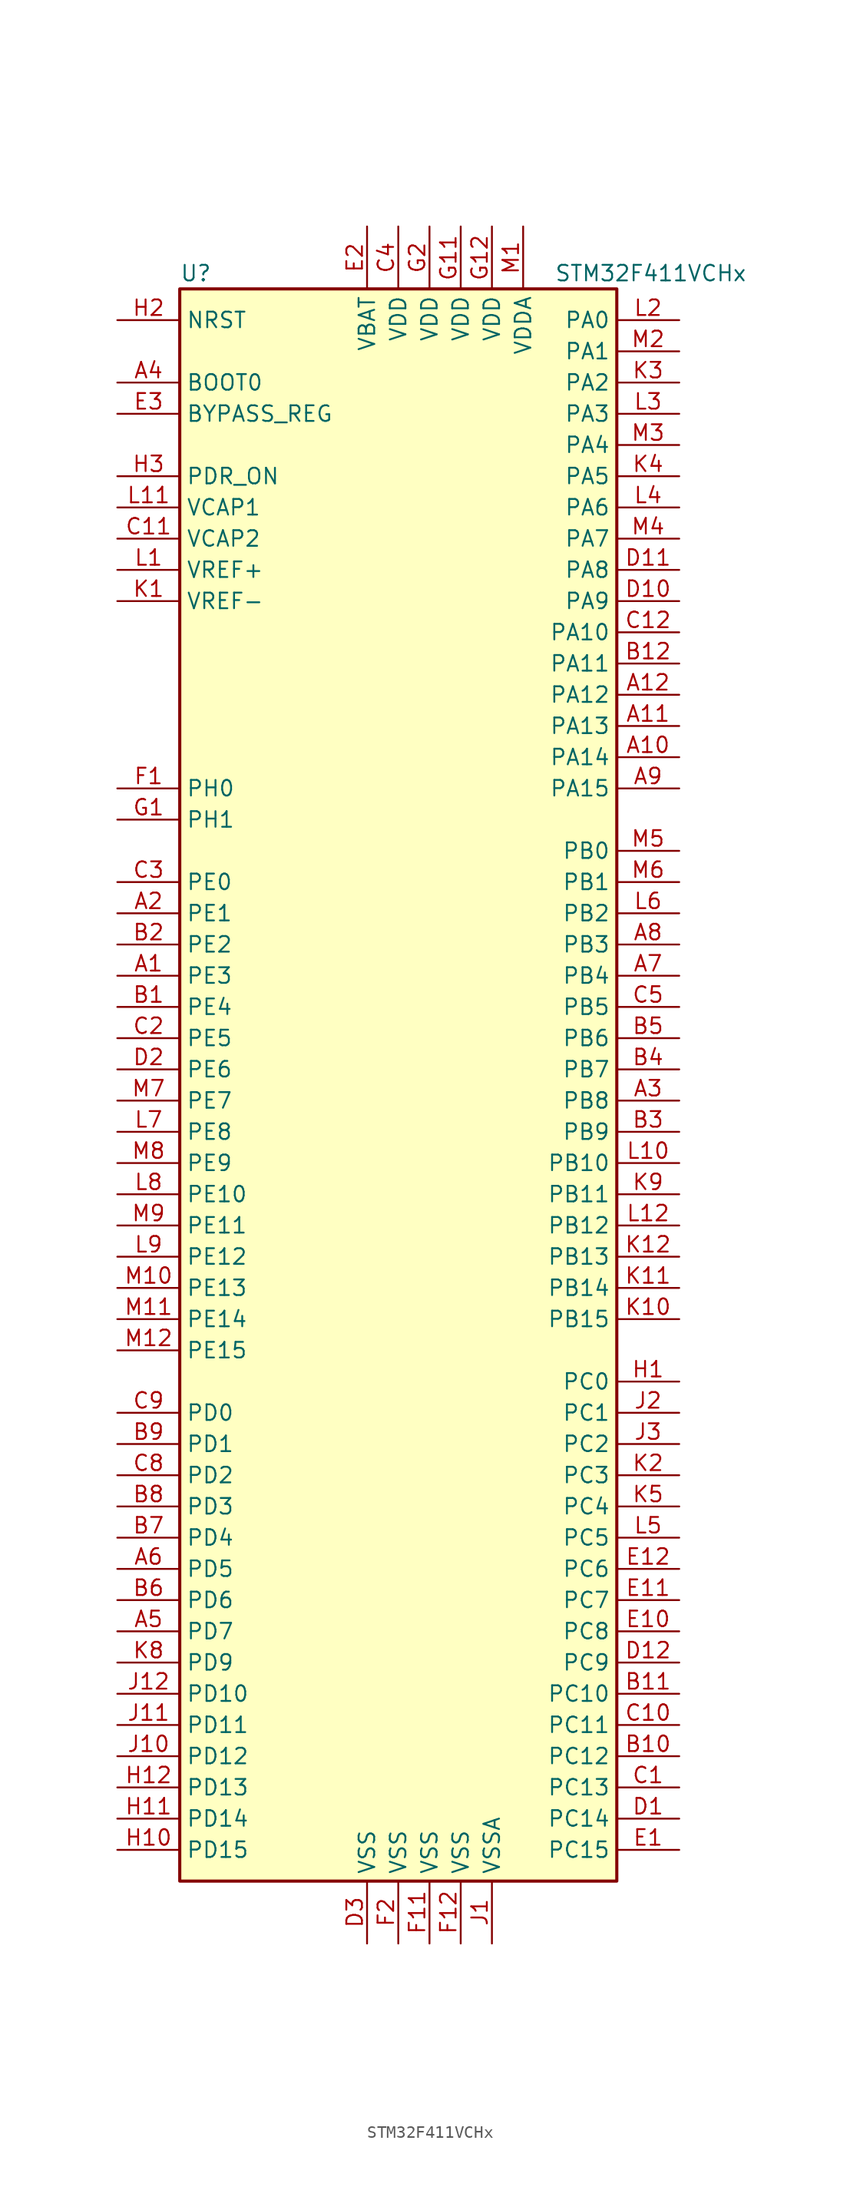
<source format=kicad_sym>
(kicad_symbol_lib
  (version 20201005)
  (generator kicad_symbol_editor)
  (symbol "STM32F411VCHx"
    (property "Reference" "U"
      (at -17.78 64.77 0)
      (effects (font (size 1.27 1.27)) (justify left)))
    (property "Value" "STM32F411VCHx"
      (at 12.7 64.77 0)
      (effects (font (size 1.27 1.27)) (justify left)))
    (symbol "STM32F411VCHx_0_1"
      (rectangle (start -17.78 -66.04) (end 17.78 63.5) (stroke (width 0.254)) (fill (type background))))
    (symbol "STM32F411VCHx_1_1"
      (pin input line (at -22.86 55.88 0) (length 5.08) (name "BOOT0" (effects (font (size 1.27 1.27)))) (number "A4" (effects (font (size 1.27 1.27)))))
      (pin input line (at -22.86 53.34 0) (length 5.08) (name "BYPASS_REG" (effects (font (size 1.27 1.27)))) (number "E3" (effects (font (size 1.27 1.27)))))
      (pin input line (at -22.86 60.96 0) (length 5.08) (name "NRST" (effects (font (size 1.27 1.27)))) (number "H2" (effects (font (size 1.27 1.27)))))
      (pin bidirectional line (at 22.86 60.96 180) (length 5.08) (name "PA0" (effects (font (size 1.27 1.27)))) (number "L2" (effects (font (size 1.27 1.27)))))
      (pin bidirectional line (at 22.86 58.42 180) (length 5.08) (name "PA1" (effects (font (size 1.27 1.27)))) (number "M2" (effects (font (size 1.27 1.27)))))
      (pin bidirectional line (at 22.86 35.56 180) (length 5.08) (name "PA10" (effects (font (size 1.27 1.27)))) (number "C12" (effects (font (size 1.27 1.27)))))
      (pin bidirectional line (at 22.86 33.02 180) (length 5.08) (name "PA11" (effects (font (size 1.27 1.27)))) (number "B12" (effects (font (size 1.27 1.27)))))
      (pin bidirectional line (at 22.86 30.48 180) (length 5.08) (name "PA12" (effects (font (size 1.27 1.27)))) (number "A12" (effects (font (size 1.27 1.27)))))
      (pin bidirectional line (at 22.86 27.94 180) (length 5.08) (name "PA13" (effects (font (size 1.27 1.27)))) (number "A11" (effects (font (size 1.27 1.27)))))
      (pin bidirectional line (at 22.86 25.4 180) (length 5.08) (name "PA14" (effects (font (size 1.27 1.27)))) (number "A10" (effects (font (size 1.27 1.27)))))
      (pin bidirectional line (at 22.86 22.86 180) (length 5.08) (name "PA15" (effects (font (size 1.27 1.27)))) (number "A9" (effects (font (size 1.27 1.27)))))
      (pin bidirectional line (at 22.86 55.88 180) (length 5.08) (name "PA2" (effects (font (size 1.27 1.27)))) (number "K3" (effects (font (size 1.27 1.27)))))
      (pin bidirectional line (at 22.86 53.34 180) (length 5.08) (name "PA3" (effects (font (size 1.27 1.27)))) (number "L3" (effects (font (size 1.27 1.27)))))
      (pin bidirectional line (at 22.86 50.8 180) (length 5.08) (name "PA4" (effects (font (size 1.27 1.27)))) (number "M3" (effects (font (size 1.27 1.27)))))
      (pin bidirectional line (at 22.86 48.26 180) (length 5.08) (name "PA5" (effects (font (size 1.27 1.27)))) (number "K4" (effects (font (size 1.27 1.27)))))
      (pin bidirectional line (at 22.86 45.72 180) (length 5.08) (name "PA6" (effects (font (size 1.27 1.27)))) (number "L4" (effects (font (size 1.27 1.27)))))
      (pin bidirectional line (at 22.86 43.18 180) (length 5.08) (name "PA7" (effects (font (size 1.27 1.27)))) (number "M4" (effects (font (size 1.27 1.27)))))
      (pin bidirectional line (at 22.86 40.64 180) (length 5.08) (name "PA8" (effects (font (size 1.27 1.27)))) (number "D11" (effects (font (size 1.27 1.27)))))
      (pin bidirectional line (at 22.86 38.1 180) (length 5.08) (name "PA9" (effects (font (size 1.27 1.27)))) (number "D10" (effects (font (size 1.27 1.27)))))
      (pin bidirectional line (at 22.86 17.78 180) (length 5.08) (name "PB0" (effects (font (size 1.27 1.27)))) (number "M5" (effects (font (size 1.27 1.27)))))
      (pin bidirectional line (at 22.86 15.24 180) (length 5.08) (name "PB1" (effects (font (size 1.27 1.27)))) (number "M6" (effects (font (size 1.27 1.27)))))
      (pin bidirectional line (at 22.86 -7.62 180) (length 5.08) (name "PB10" (effects (font (size 1.27 1.27)))) (number "L10" (effects (font (size 1.27 1.27)))))
      (pin bidirectional line (at 22.86 -10.16 180) (length 5.08) (name "PB11" (effects (font (size 1.27 1.27)))) (number "K9" (effects (font (size 1.27 1.27)))))
      (pin bidirectional line (at 22.86 -12.7 180) (length 5.08) (name "PB12" (effects (font (size 1.27 1.27)))) (number "L12" (effects (font (size 1.27 1.27)))))
      (pin bidirectional line (at 22.86 -15.24 180) (length 5.08) (name "PB13" (effects (font (size 1.27 1.27)))) (number "K12" (effects (font (size 1.27 1.27)))))
      (pin bidirectional line (at 22.86 -17.78 180) (length 5.08) (name "PB14" (effects (font (size 1.27 1.27)))) (number "K11" (effects (font (size 1.27 1.27)))))
      (pin bidirectional line (at 22.86 -20.32 180) (length 5.08) (name "PB15" (effects (font (size 1.27 1.27)))) (number "K10" (effects (font (size 1.27 1.27)))))
      (pin bidirectional line (at 22.86 12.7 180) (length 5.08) (name "PB2" (effects (font (size 1.27 1.27)))) (number "L6" (effects (font (size 1.27 1.27)))))
      (pin bidirectional line (at 22.86 10.16 180) (length 5.08) (name "PB3" (effects (font (size 1.27 1.27)))) (number "A8" (effects (font (size 1.27 1.27)))))
      (pin bidirectional line (at 22.86 7.62 180) (length 5.08) (name "PB4" (effects (font (size 1.27 1.27)))) (number "A7" (effects (font (size 1.27 1.27)))))
      (pin bidirectional line (at 22.86 5.08 180) (length 5.08) (name "PB5" (effects (font (size 1.27 1.27)))) (number "C5" (effects (font (size 1.27 1.27)))))
      (pin bidirectional line (at 22.86 2.54 180) (length 5.08) (name "PB6" (effects (font (size 1.27 1.27)))) (number "B5" (effects (font (size 1.27 1.27)))))
      (pin bidirectional line (at 22.86 0 180) (length 5.08) (name "PB7" (effects (font (size 1.27 1.27)))) (number "B4" (effects (font (size 1.27 1.27)))))
      (pin bidirectional line (at 22.86 -2.54 180) (length 5.08) (name "PB8" (effects (font (size 1.27 1.27)))) (number "A3" (effects (font (size 1.27 1.27)))))
      (pin bidirectional line (at 22.86 -5.08 180) (length 5.08) (name "PB9" (effects (font (size 1.27 1.27)))) (number "B3" (effects (font (size 1.27 1.27)))))
      (pin bidirectional line (at 22.86 -25.4 180) (length 5.08) (name "PC0" (effects (font (size 1.27 1.27)))) (number "H1" (effects (font (size 1.27 1.27)))))
      (pin bidirectional line (at 22.86 -27.94 180) (length 5.08) (name "PC1" (effects (font (size 1.27 1.27)))) (number "J2" (effects (font (size 1.27 1.27)))))
      (pin bidirectional line (at 22.86 -50.8 180) (length 5.08) (name "PC10" (effects (font (size 1.27 1.27)))) (number "B11" (effects (font (size 1.27 1.27)))))
      (pin bidirectional line (at 22.86 -53.34 180) (length 5.08) (name "PC11" (effects (font (size 1.27 1.27)))) (number "C10" (effects (font (size 1.27 1.27)))))
      (pin bidirectional line (at 22.86 -55.88 180) (length 5.08) (name "PC12" (effects (font (size 1.27 1.27)))) (number "B10" (effects (font (size 1.27 1.27)))))
      (pin bidirectional line (at 22.86 -58.42 180) (length 5.08) (name "PC13" (effects (font (size 1.27 1.27)))) (number "C1" (effects (font (size 1.27 1.27)))))
      (pin bidirectional line (at 22.86 -60.96 180) (length 5.08) (name "PC14" (effects (font (size 1.27 1.27)))) (number "D1" (effects (font (size 1.27 1.27)))))
      (pin bidirectional line (at 22.86 -63.5 180) (length 5.08) (name "PC15" (effects (font (size 1.27 1.27)))) (number "E1" (effects (font (size 1.27 1.27)))))
      (pin bidirectional line (at 22.86 -30.48 180) (length 5.08) (name "PC2" (effects (font (size 1.27 1.27)))) (number "J3" (effects (font (size 1.27 1.27)))))
      (pin bidirectional line (at 22.86 -33.02 180) (length 5.08) (name "PC3" (effects (font (size 1.27 1.27)))) (number "K2" (effects (font (size 1.27 1.27)))))
      (pin bidirectional line (at 22.86 -35.56 180) (length 5.08) (name "PC4" (effects (font (size 1.27 1.27)))) (number "K5" (effects (font (size 1.27 1.27)))))
      (pin bidirectional line (at 22.86 -38.1 180) (length 5.08) (name "PC5" (effects (font (size 1.27 1.27)))) (number "L5" (effects (font (size 1.27 1.27)))))
      (pin bidirectional line (at 22.86 -40.64 180) (length 5.08) (name "PC6" (effects (font (size 1.27 1.27)))) (number "E12" (effects (font (size 1.27 1.27)))))
      (pin bidirectional line (at 22.86 -43.18 180) (length 5.08) (name "PC7" (effects (font (size 1.27 1.27)))) (number "E11" (effects (font (size 1.27 1.27)))))
      (pin bidirectional line (at 22.86 -45.72 180) (length 5.08) (name "PC8" (effects (font (size 1.27 1.27)))) (number "E10" (effects (font (size 1.27 1.27)))))
      (pin bidirectional line (at 22.86 -48.26 180) (length 5.08) (name "PC9" (effects (font (size 1.27 1.27)))) (number "D12" (effects (font (size 1.27 1.27)))))
      (pin bidirectional line (at -22.86 -27.94 0) (length 5.08) (name "PD0" (effects (font (size 1.27 1.27)))) (number "C9" (effects (font (size 1.27 1.27)))))
      (pin bidirectional line (at -22.86 -30.48 0) (length 5.08) (name "PD1" (effects (font (size 1.27 1.27)))) (number "B9" (effects (font (size 1.27 1.27)))))
      (pin bidirectional line (at -22.86 -50.8 0) (length 5.08) (name "PD10" (effects (font (size 1.27 1.27)))) (number "J12" (effects (font (size 1.27 1.27)))))
      (pin bidirectional line (at -22.86 -53.34 0) (length 5.08) (name "PD11" (effects (font (size 1.27 1.27)))) (number "J11" (effects (font (size 1.27 1.27)))))
      (pin bidirectional line (at -22.86 -55.88 0) (length 5.08) (name "PD12" (effects (font (size 1.27 1.27)))) (number "J10" (effects (font (size 1.27 1.27)))))
      (pin bidirectional line (at -22.86 -58.42 0) (length 5.08) (name "PD13" (effects (font (size 1.27 1.27)))) (number "H12" (effects (font (size 1.27 1.27)))))
      (pin bidirectional line (at -22.86 -60.96 0) (length 5.08) (name "PD14" (effects (font (size 1.27 1.27)))) (number "H11" (effects (font (size 1.27 1.27)))))
      (pin bidirectional line (at -22.86 -63.5 0) (length 5.08) (name "PD15" (effects (font (size 1.27 1.27)))) (number "H10" (effects (font (size 1.27 1.27)))))
      (pin bidirectional line (at -22.86 -33.02 0) (length 5.08) (name "PD2" (effects (font (size 1.27 1.27)))) (number "C8" (effects (font (size 1.27 1.27)))))
      (pin bidirectional line (at -22.86 -35.56 0) (length 5.08) (name "PD3" (effects (font (size 1.27 1.27)))) (number "B8" (effects (font (size 1.27 1.27)))))
      (pin bidirectional line (at -22.86 -38.1 0) (length 5.08) (name "PD4" (effects (font (size 1.27 1.27)))) (number "B7" (effects (font (size 1.27 1.27)))))
      (pin bidirectional line (at -22.86 -40.64 0) (length 5.08) (name "PD5" (effects (font (size 1.27 1.27)))) (number "A6" (effects (font (size 1.27 1.27)))))
      (pin bidirectional line (at -22.86 -43.18 0) (length 5.08) (name "PD6" (effects (font (size 1.27 1.27)))) (number "B6" (effects (font (size 1.27 1.27)))))
      (pin bidirectional line (at -22.86 -45.72 0) (length 5.08) (name "PD7" (effects (font (size 1.27 1.27)))) (number "A5" (effects (font (size 1.27 1.27)))))
      (pin bidirectional line (at -22.86 -48.26 0) (length 5.08) (name "PD9" (effects (font (size 1.27 1.27)))) (number "K8" (effects (font (size 1.27 1.27)))))
      (pin power_in line (at -22.86 48.26 0) (length 5.08) (name "PDR_ON" (effects (font (size 1.27 1.27)))) (number "H3" (effects (font (size 1.27 1.27)))))
      (pin bidirectional line (at -22.86 15.24 0) (length 5.08) (name "PE0" (effects (font (size 1.27 1.27)))) (number "C3" (effects (font (size 1.27 1.27)))))
      (pin bidirectional line (at -22.86 12.7 0) (length 5.08) (name "PE1" (effects (font (size 1.27 1.27)))) (number "A2" (effects (font (size 1.27 1.27)))))
      (pin bidirectional line (at -22.86 -10.16 0) (length 5.08) (name "PE10" (effects (font (size 1.27 1.27)))) (number "L8" (effects (font (size 1.27 1.27)))))
      (pin bidirectional line (at -22.86 -12.7 0) (length 5.08) (name "PE11" (effects (font (size 1.27 1.27)))) (number "M9" (effects (font (size 1.27 1.27)))))
      (pin bidirectional line (at -22.86 -15.24 0) (length 5.08) (name "PE12" (effects (font (size 1.27 1.27)))) (number "L9" (effects (font (size 1.27 1.27)))))
      (pin bidirectional line (at -22.86 -17.78 0) (length 5.08) (name "PE13" (effects (font (size 1.27 1.27)))) (number "M10" (effects (font (size 1.27 1.27)))))
      (pin bidirectional line (at -22.86 -20.32 0) (length 5.08) (name "PE14" (effects (font (size 1.27 1.27)))) (number "M11" (effects (font (size 1.27 1.27)))))
      (pin bidirectional line (at -22.86 -22.86 0) (length 5.08) (name "PE15" (effects (font (size 1.27 1.27)))) (number "M12" (effects (font (size 1.27 1.27)))))
      (pin bidirectional line (at -22.86 10.16 0) (length 5.08) (name "PE2" (effects (font (size 1.27 1.27)))) (number "B2" (effects (font (size 1.27 1.27)))))
      (pin bidirectional line (at -22.86 7.62 0) (length 5.08) (name "PE3" (effects (font (size 1.27 1.27)))) (number "A1" (effects (font (size 1.27 1.27)))))
      (pin bidirectional line (at -22.86 5.08 0) (length 5.08) (name "PE4" (effects (font (size 1.27 1.27)))) (number "B1" (effects (font (size 1.27 1.27)))))
      (pin bidirectional line (at -22.86 2.54 0) (length 5.08) (name "PE5" (effects (font (size 1.27 1.27)))) (number "C2" (effects (font (size 1.27 1.27)))))
      (pin bidirectional line (at -22.86 0 0) (length 5.08) (name "PE6" (effects (font (size 1.27 1.27)))) (number "D2" (effects (font (size 1.27 1.27)))))
      (pin bidirectional line (at -22.86 -2.54 0) (length 5.08) (name "PE7" (effects (font (size 1.27 1.27)))) (number "M7" (effects (font (size 1.27 1.27)))))
      (pin bidirectional line (at -22.86 -5.08 0) (length 5.08) (name "PE8" (effects (font (size 1.27 1.27)))) (number "L7" (effects (font (size 1.27 1.27)))))
      (pin bidirectional line (at -22.86 -7.62 0) (length 5.08) (name "PE9" (effects (font (size 1.27 1.27)))) (number "M8" (effects (font (size 1.27 1.27)))))
      (pin input line (at -22.86 22.86 0) (length 5.08) (name "PH0" (effects (font (size 1.27 1.27)))) (number "F1" (effects (font (size 1.27 1.27)))))
      (pin input line (at -22.86 20.32 0) (length 5.08) (name "PH1" (effects (font (size 1.27 1.27)))) (number "G1" (effects (font (size 1.27 1.27)))))
      (pin power_in line (at -2.54 68.58 270) (length 5.08) (name "VBAT" (effects (font (size 1.27 1.27)))) (number "E2" (effects (font (size 1.27 1.27)))))
      (pin power_in line (at -22.86 45.72 0) (length 5.08) (name "VCAP1" (effects (font (size 1.27 1.27)))) (number "L11" (effects (font (size 1.27 1.27)))))
      (pin power_in line (at -22.86 43.18 0) (length 5.08) (name "VCAP2" (effects (font (size 1.27 1.27)))) (number "C11" (effects (font (size 1.27 1.27)))))
      (pin power_in line (at 0 68.58 270) (length 5.08) (name "VDD" (effects (font (size 1.27 1.27)))) (number "C4" (effects (font (size 1.27 1.27)))))
      (pin power_in line (at 5.08 68.58 270) (length 5.08) (name "VDD" (effects (font (size 1.27 1.27)))) (number "G11" (effects (font (size 1.27 1.27)))))
      (pin power_in line (at 7.62 68.58 270) (length 5.08) (name "VDD" (effects (font (size 1.27 1.27)))) (number "G12" (effects (font (size 1.27 1.27)))))
      (pin power_in line (at 2.54 68.58 270) (length 5.08) (name "VDD" (effects (font (size 1.27 1.27)))) (number "G2" (effects (font (size 1.27 1.27)))))
      (pin power_in line (at 10.16 68.58 270) (length 5.08) (name "VDDA" (effects (font (size 1.27 1.27)))) (number "M1" (effects (font (size 1.27 1.27)))))
      (pin power_in line (at -22.86 40.64 0) (length 5.08) (name "VREF+" (effects (font (size 1.27 1.27)))) (number "L1" (effects (font (size 1.27 1.27)))))
      (pin power_in line (at -22.86 38.1 0) (length 5.08) (name "VREF-" (effects (font (size 1.27 1.27)))) (number "K1" (effects (font (size 1.27 1.27)))))
      (pin power_in line (at -2.54 -71.12 90) (length 5.08) (name "VSS" (effects (font (size 1.27 1.27)))) (number "D3" (effects (font (size 1.27 1.27)))))
      (pin power_in line (at 2.54 -71.12 90) (length 5.08) (name "VSS" (effects (font (size 1.27 1.27)))) (number "F11" (effects (font (size 1.27 1.27)))))
      (pin power_in line (at 5.08 -71.12 90) (length 5.08) (name "VSS" (effects (font (size 1.27 1.27)))) (number "F12" (effects (font (size 1.27 1.27)))))
      (pin power_in line (at 0 -71.12 90) (length 5.08) (name "VSS" (effects (font (size 1.27 1.27)))) (number "F2" (effects (font (size 1.27 1.27)))))
      (pin power_in line (at 7.62 -71.12 90) (length 5.08) (name "VSSA" (effects (font (size 1.27 1.27)))) (number "J1" (effects (font (size 1.27 1.27))))))))
</source>
